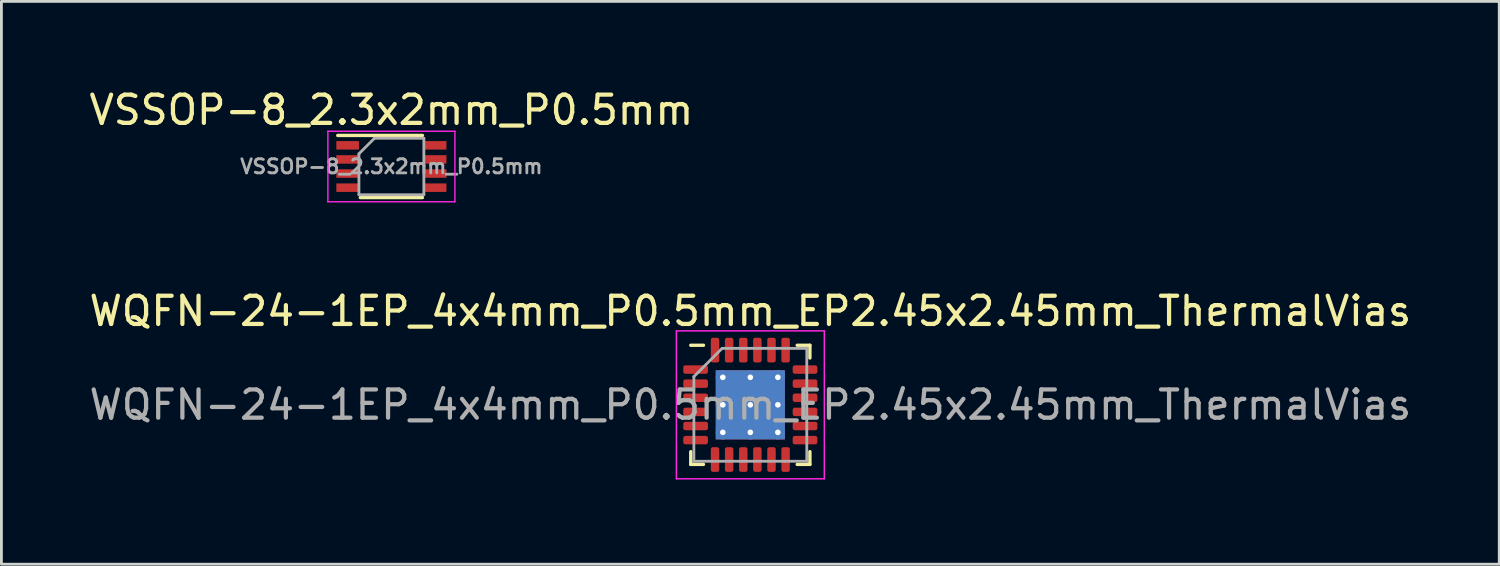
<source format=kicad_pcb>
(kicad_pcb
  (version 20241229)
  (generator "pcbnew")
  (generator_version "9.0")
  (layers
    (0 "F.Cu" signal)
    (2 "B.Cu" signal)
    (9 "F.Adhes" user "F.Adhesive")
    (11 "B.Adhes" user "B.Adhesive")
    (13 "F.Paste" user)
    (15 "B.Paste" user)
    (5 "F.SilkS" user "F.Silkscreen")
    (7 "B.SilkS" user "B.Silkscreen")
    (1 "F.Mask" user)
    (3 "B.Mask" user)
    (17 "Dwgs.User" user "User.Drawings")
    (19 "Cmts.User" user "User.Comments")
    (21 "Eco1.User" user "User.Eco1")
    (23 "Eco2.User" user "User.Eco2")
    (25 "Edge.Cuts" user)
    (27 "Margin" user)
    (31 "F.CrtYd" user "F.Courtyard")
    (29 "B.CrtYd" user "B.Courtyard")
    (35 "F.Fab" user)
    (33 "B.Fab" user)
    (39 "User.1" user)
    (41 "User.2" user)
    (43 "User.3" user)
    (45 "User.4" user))
  (footprint "VSSOP-8_2.3x2mm_P0.5mm"
    (layer "F.Cu")
    (at 10.815 2.848)
    (property "Reference" "VSSOP-8_2.3x2mm_P0.5mm" (at 0 -2 0) (layer "F.SilkS") (effects (font (size 1 1) (thickness 0.15))))
    (attr smd)
    (fp_line (start 1.1 -1.1) (end -1.9 -1.1) (stroke (width 0.12) (type solid)) (layer "F.SilkS"))
    (fp_line (start 1.1 1.1) (end -1.1 1.1) (stroke (width 0.12) (type solid)) (layer "F.SilkS"))
    (fp_line (start -2.25 -1.25) (end 2.25 -1.25) (stroke (width 0.05) (type solid)) (layer "F.CrtYd"))
    (fp_line (start -2.25 1.25) (end -2.25 -1.25) (stroke (width 0.05) (type solid)) (layer "F.CrtYd"))
    (fp_line (start 2.25 -1.25) (end 2.25 1.25) (stroke (width 0.05) (type solid)) (layer "F.CrtYd"))
    (fp_line (start 2.25 1.25) (end -2.25 1.25) (stroke (width 0.05) (type solid)) (layer "F.CrtYd"))
    (fp_line (start -1.15 1) (end -1.15 -0.45) (stroke (width 0.1) (type solid)) (layer "F.Fab"))
    (fp_line (start -0.6 -1) (end -1.15 -0.45) (stroke (width 0.1) (type solid)) (layer "F.Fab"))
    (fp_line (start -0.6 -1) (end 1.15 -1) (stroke (width 0.1) (type solid)) (layer "F.Fab"))
    (fp_line (start 1.15 -1) (end 1.15 1) (stroke (width 0.1) (type solid)) (layer "F.Fab"))
    (fp_line (start 1.15 1) (end -1.15 1) (stroke (width 0.1) (type solid)) (layer "F.Fab"))
    (fp_text user "${REFERENCE}" (at 0 0 0) (layer "F.Fab") (effects (font (size 0.5 0.5) (thickness 0.1))))
    (pad "1" smd rect (at -1.55 -0.75 270) (size 0.3 0.8) (layers "F.Cu" "F.Mask" "F.Paste"))
    (pad "2" smd rect (at -1.55 -0.25 270) (size 0.3 0.8) (layers "F.Cu" "F.Mask" "F.Paste"))
    (pad "3" smd rect (at -1.55 0.25 270) (size 0.3 0.8) (layers "F.Cu" "F.Mask" "F.Paste"))
    (pad "4" smd rect (at -1.55 0.75 270) (size 0.3 0.8) (layers "F.Cu" "F.Mask" "F.Paste"))
    (pad "5" smd rect (at 1.55 0.75 270) (size 0.3 0.8) (layers "F.Cu" "F.Mask" "F.Paste"))
    (pad "6" smd rect (at 1.55 0.25 270) (size 0.3 0.8) (layers "F.Cu" "F.Mask" "F.Paste"))
    (pad "7" smd rect (at 1.55 -0.25 270) (size 0.3 0.8) (layers "F.Cu" "F.Mask" "F.Paste"))
    (pad "8" smd rect (at 1.55 -0.75 270) (size 0.3 0.8) (layers "F.Cu" "F.Mask" "F.Paste")))
  (footprint "WQFN-24-1EP_4x4mm_P0.5mm_EP2.45x2.45mm_ThermalVias"
    (layer "F.Cu")
    (at 23.53 11.291)
    (property "Reference" "WQFN-24-1EP_4x4mm_P0.5mm_EP2.45x2.45mm_ThermalVias" (at 0 -3.32 0) (layer "F.SilkS") (effects (font (size 1 1) (thickness 0.15))))
    (attr smd)
    (fp_line (start -2.11 2.11) (end -2.11 1.66) (stroke (width 0.12) (type solid)) (layer "F.SilkS"))
    (fp_line (start -1.66 -2.11) (end -2.11 -2.11) (stroke (width 0.12) (type solid)) (layer "F.SilkS"))
    (fp_line (start -1.66 2.11) (end -2.11 2.11) (stroke (width 0.12) (type solid)) (layer "F.SilkS"))
    (fp_line (start 1.66 -2.11) (end 2.11 -2.11) (stroke (width 0.12) (type solid)) (layer "F.SilkS"))
    (fp_line (start 1.66 2.11) (end 2.11 2.11) (stroke (width 0.12) (type solid)) (layer "F.SilkS"))
    (fp_line (start 2.11 -2.11) (end 2.11 -1.66) (stroke (width 0.12) (type solid)) (layer "F.SilkS"))
    (fp_line (start 2.11 2.11) (end 2.11 1.66) (stroke (width 0.12) (type solid)) (layer "F.SilkS"))
    (fp_line (start -2.62 -2.62) (end -2.62 2.62) (stroke (width 0.05) (type solid)) (layer "F.CrtYd"))
    (fp_line (start -2.62 2.62) (end 2.62 2.62) (stroke (width 0.05) (type solid)) (layer "F.CrtYd"))
    (fp_line (start 2.62 -2.62) (end -2.62 -2.62) (stroke (width 0.05) (type solid)) (layer "F.CrtYd"))
    (fp_line (start 2.62 2.62) (end 2.62 -2.62) (stroke (width 0.05) (type solid)) (layer "F.CrtYd"))
    (fp_line (start -2 -1) (end -1 -2) (stroke (width 0.1) (type solid)) (layer "F.Fab"))
    (fp_line (start -2 2) (end -2 -1) (stroke (width 0.1) (type solid)) (layer "F.Fab"))
    (fp_line (start -1 -2) (end 2 -2) (stroke (width 0.1) (type solid)) (layer "F.Fab"))
    (fp_line (start 2 -2) (end 2 2) (stroke (width 0.1) (type solid)) (layer "F.Fab"))
    (fp_line (start 2 2) (end -2 2) (stroke (width 0.1) (type solid)) (layer "F.Fab"))
    (fp_text user "${REFERENCE}" (at 0 0 0) (layer "F.Fab") (effects (font (size 1 1) (thickness 0.15))))
    (pad "" smd roundrect (at -0.61 -0.61) (size 1.06 1.06) (layers "F.Paste") (roundrect_rratio 0.236))
    (pad "" smd roundrect (at -0.61 0.61) (size 1.06 1.06) (layers "F.Paste") (roundrect_rratio 0.236))
    (pad "" smd roundrect (at 0.61 -0.61) (size 1.06 1.06) (layers "F.Paste") (roundrect_rratio 0.236))
    (pad "" smd roundrect (at 0.61 0.61) (size 1.06 1.06) (layers "F.Paste") (roundrect_rratio 0.236))
    (pad "1" smd roundrect (at -1.938 -1.25) (size 0.875 0.3) (layers "F.Cu" "F.Mask" "F.Paste") (roundrect_rratio 0.25))
    (pad "2" smd roundrect (at -1.938 -0.75) (size 0.875 0.3) (layers "F.Cu" "F.Mask" "F.Paste") (roundrect_rratio 0.25))
    (pad "3" smd roundrect (at -1.938 -0.25) (size 0.875 0.3) (layers "F.Cu" "F.Mask" "F.Paste") (roundrect_rratio 0.25))
    (pad "4" smd roundrect (at -1.938 0.25) (size 0.875 0.3) (layers "F.Cu" "F.Mask" "F.Paste") (roundrect_rratio 0.25))
    (pad "5" smd roundrect (at -1.938 0.75) (size 0.875 0.3) (layers "F.Cu" "F.Mask" "F.Paste") (roundrect_rratio 0.25))
    (pad "6" smd roundrect (at -1.938 1.25) (size 0.875 0.3) (layers "F.Cu" "F.Mask" "F.Paste") (roundrect_rratio 0.25))
    (pad "7" smd roundrect (at -1.25 1.938) (size 0.3 0.875) (layers "F.Cu" "F.Mask" "F.Paste") (roundrect_rratio 0.25))
    (pad "8" smd roundrect (at -0.75 1.938) (size 0.3 0.875) (layers "F.Cu" "F.Mask" "F.Paste") (roundrect_rratio 0.25))
    (pad "9" smd roundrect (at -0.25 1.938) (size 0.3 0.875) (layers "F.Cu" "F.Mask" "F.Paste") (roundrect_rratio 0.25))
    (pad "10" smd roundrect (at 0.25 1.938) (size 0.3 0.875) (layers "F.Cu" "F.Mask" "F.Paste") (roundrect_rratio 0.25))
    (pad "11" smd roundrect (at 0.75 1.938) (size 0.3 0.875) (layers "F.Cu" "F.Mask" "F.Paste") (roundrect_rratio 0.25))
    (pad "12" smd roundrect (at 1.25 1.938) (size 0.3 0.875) (layers "F.Cu" "F.Mask" "F.Paste") (roundrect_rratio 0.25))
    (pad "13" smd roundrect (at 1.938 1.25) (size 0.875 0.3) (layers "F.Cu" "F.Mask" "F.Paste") (roundrect_rratio 0.25))
    (pad "14" smd roundrect (at 1.938 0.75) (size 0.875 0.3) (layers "F.Cu" "F.Mask" "F.Paste") (roundrect_rratio 0.25))
    (pad "15" smd roundrect (at 1.938 0.25) (size 0.875 0.3) (layers "F.Cu" "F.Mask" "F.Paste") (roundrect_rratio 0.25))
    (pad "16" smd roundrect (at 1.938 -0.25) (size 0.875 0.3) (layers "F.Cu" "F.Mask" "F.Paste") (roundrect_rratio 0.25))
    (pad "17" smd roundrect (at 1.938 -0.75) (size 0.875 0.3) (layers "F.Cu" "F.Mask" "F.Paste") (roundrect_rratio 0.25))
    (pad "18" smd roundrect (at 1.938 -1.25) (size 0.875 0.3) (layers "F.Cu" "F.Mask" "F.Paste") (roundrect_rratio 0.25))
    (pad "19" smd roundrect (at 1.25 -1.938) (size 0.3 0.875) (layers "F.Cu" "F.Mask" "F.Paste") (roundrect_rratio 0.25))
    (pad "20" smd roundrect (at 0.75 -1.938) (size 0.3 0.875) (layers "F.Cu" "F.Mask" "F.Paste") (roundrect_rratio 0.25))
    (pad "21" smd roundrect (at 0.25 -1.938) (size 0.3 0.875) (layers "F.Cu" "F.Mask" "F.Paste") (roundrect_rratio 0.25))
    (pad "22" smd roundrect (at -0.25 -1.938) (size 0.3 0.875) (layers "F.Cu" "F.Mask" "F.Paste") (roundrect_rratio 0.25))
    (pad "23" smd roundrect (at -0.75 -1.938) (size 0.3 0.875) (layers "F.Cu" "F.Mask" "F.Paste") (roundrect_rratio 0.25))
    (pad "24" smd roundrect (at -1.25 -1.938) (size 0.3 0.875) (layers "F.Cu" "F.Mask" "F.Paste") (roundrect_rratio 0.25))
    (pad "25" thru_hole circle (at -0.975 -0.975) (size 0.5 0.5) (drill 0.2) (layers "*.Cu"))
    (pad "25" thru_hole circle (at -0.975 0) (size 0.5 0.5) (drill 0.2) (layers "*.Cu"))
    (pad "25" thru_hole circle (at -0.975 0.975) (size 0.5 0.5) (drill 0.2) (layers "*.Cu"))
    (pad "25" thru_hole circle (at 0 -0.975) (size 0.5 0.5) (drill 0.2) (layers "*.Cu"))
    (pad "25" thru_hole circle (at 0 0) (size 0.5 0.5) (drill 0.2) (layers "*.Cu"))
    (pad "25" smd rect (at 0 0) (size 2.45 2.45) (layers "F.Cu" "F.Mask"))
    (pad "25" smd rect (at 0 0) (size 2.45 2.45) (layers "B.Cu"))
    (pad "25" thru_hole circle (at 0 0.975) (size 0.5 0.5) (drill 0.2) (layers "*.Cu"))
    (pad "25" thru_hole circle (at 0.975 -0.975) (size 0.5 0.5) (drill 0.2) (layers "*.Cu"))
    (pad "25" thru_hole circle (at 0.975 0) (size 0.5 0.5) (drill 0.2) (layers "*.Cu"))
    (pad "25" thru_hole circle (at 0.975 0.975) (size 0.5 0.5) (drill 0.2) (layers "*.Cu")))
  (gr_rect
    (start -3 -3)
    (end 50.06 16.936)
    (stroke (width 0.1) (type default))
    (fill no)
    (layer "Edge.Cuts")))
</source>
